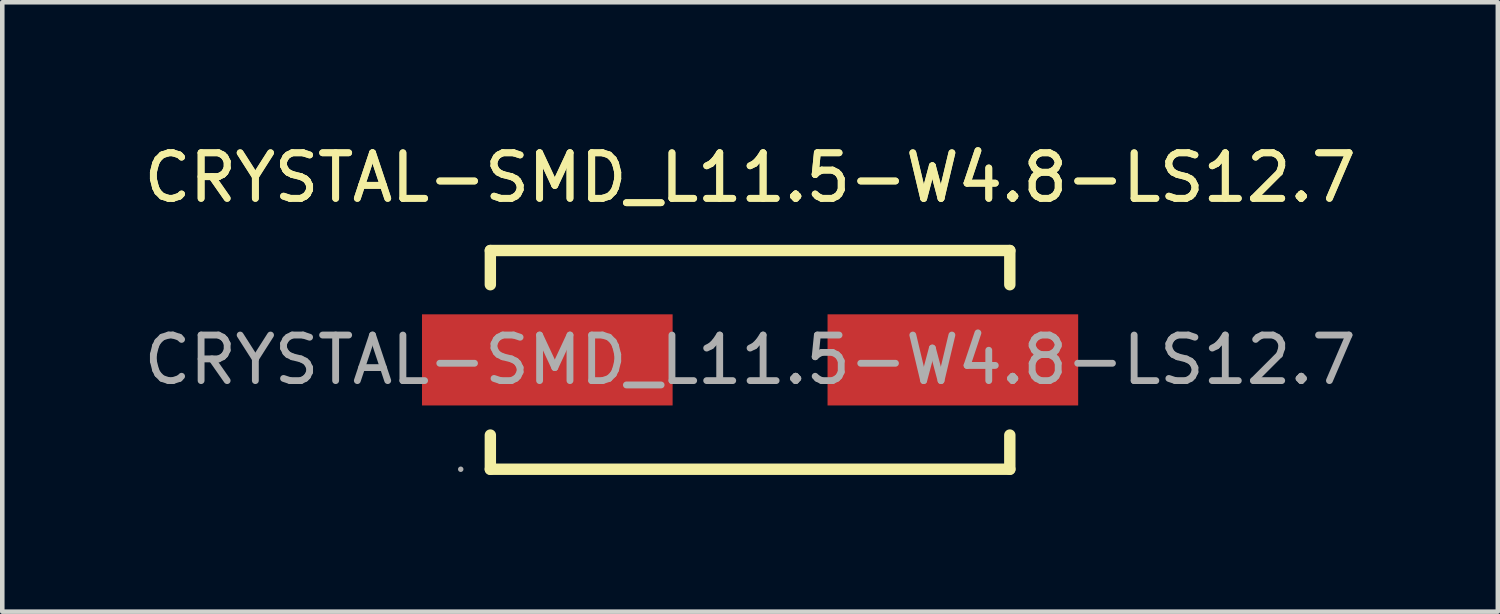
<source format=kicad_pcb>
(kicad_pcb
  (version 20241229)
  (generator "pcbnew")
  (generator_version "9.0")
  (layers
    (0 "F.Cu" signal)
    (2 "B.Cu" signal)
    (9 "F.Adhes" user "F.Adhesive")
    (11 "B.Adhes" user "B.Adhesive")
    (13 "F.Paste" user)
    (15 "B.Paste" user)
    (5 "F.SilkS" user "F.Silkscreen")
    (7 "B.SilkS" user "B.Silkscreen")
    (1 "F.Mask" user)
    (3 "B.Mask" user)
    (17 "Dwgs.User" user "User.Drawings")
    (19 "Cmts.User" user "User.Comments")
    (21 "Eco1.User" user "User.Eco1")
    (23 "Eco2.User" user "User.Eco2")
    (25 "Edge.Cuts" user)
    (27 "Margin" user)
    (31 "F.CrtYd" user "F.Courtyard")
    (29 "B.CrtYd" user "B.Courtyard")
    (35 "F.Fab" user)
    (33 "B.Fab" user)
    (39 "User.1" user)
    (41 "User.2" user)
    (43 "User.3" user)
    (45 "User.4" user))
  (footprint "CRYSTAL-SMD_L11.5-W4.8-LS12.7"
    (layer "F.Cu")
    (at 13.411 4.848)
    (property "Reference" "CRYSTAL-SMD_L11.5-W4.8-LS12.7" (at 0 -4 0) (layer "F.SilkS") (effects (font (size 1 1) (thickness 0.15))))
    (attr smd)
    (fp_line (start -5.7 -2.4) (end -5.7 -1.65) (stroke (width 0.25) (type solid)) (layer "F.SilkS"))
    (fp_line (start -5.7 2.4) (end -5.7 1.65) (stroke (width 0.25) (type solid)) (layer "F.SilkS"))
    (fp_line (start 5.7 -2.4) (end -5.7 -2.4) (stroke (width 0.25) (type solid)) (layer "F.SilkS"))
    (fp_line (start 5.7 -1.65) (end 5.7 -2.4) (stroke (width 0.25) (type solid)) (layer "F.SilkS"))
    (fp_line (start 5.7 1.65) (end 5.7 2.4) (stroke (width 0.25) (type solid)) (layer "F.SilkS"))
    (fp_line (start 5.7 2.4) (end -5.7 2.4) (stroke (width 0.25) (type solid)) (layer "F.SilkS"))
    (fp_circle (center -6.35 2.4) (end -6.32 2.4) (stroke (width 0.06) (type solid)) (fill no) (layer "F.Fab"))
    (fp_text user "${REFERENCE}" (at 0 -4 0) (layer "F.SilkS") (effects (font (size 1 1) (thickness 0.15))))
    (fp_text user "${REFERENCE}" (at 0 0 0) (layer "F.Fab") (effects (font (size 1 1) (thickness 0.15))))
    (pad "1" smd rect (at -4.45 0) (size 5.5 2) (layers "F.Cu" "F.Mask" "F.Paste"))
    (pad "2" smd rect (at 4.45 0) (size 5.5 2) (layers "F.Cu" "F.Mask" "F.Paste")))
  (gr_rect
    (start -3 -3)
    (end 29.821 10.373)
    (stroke (width 0.1) (type default))
    (fill no)
    (layer "Edge.Cuts")))
</source>
